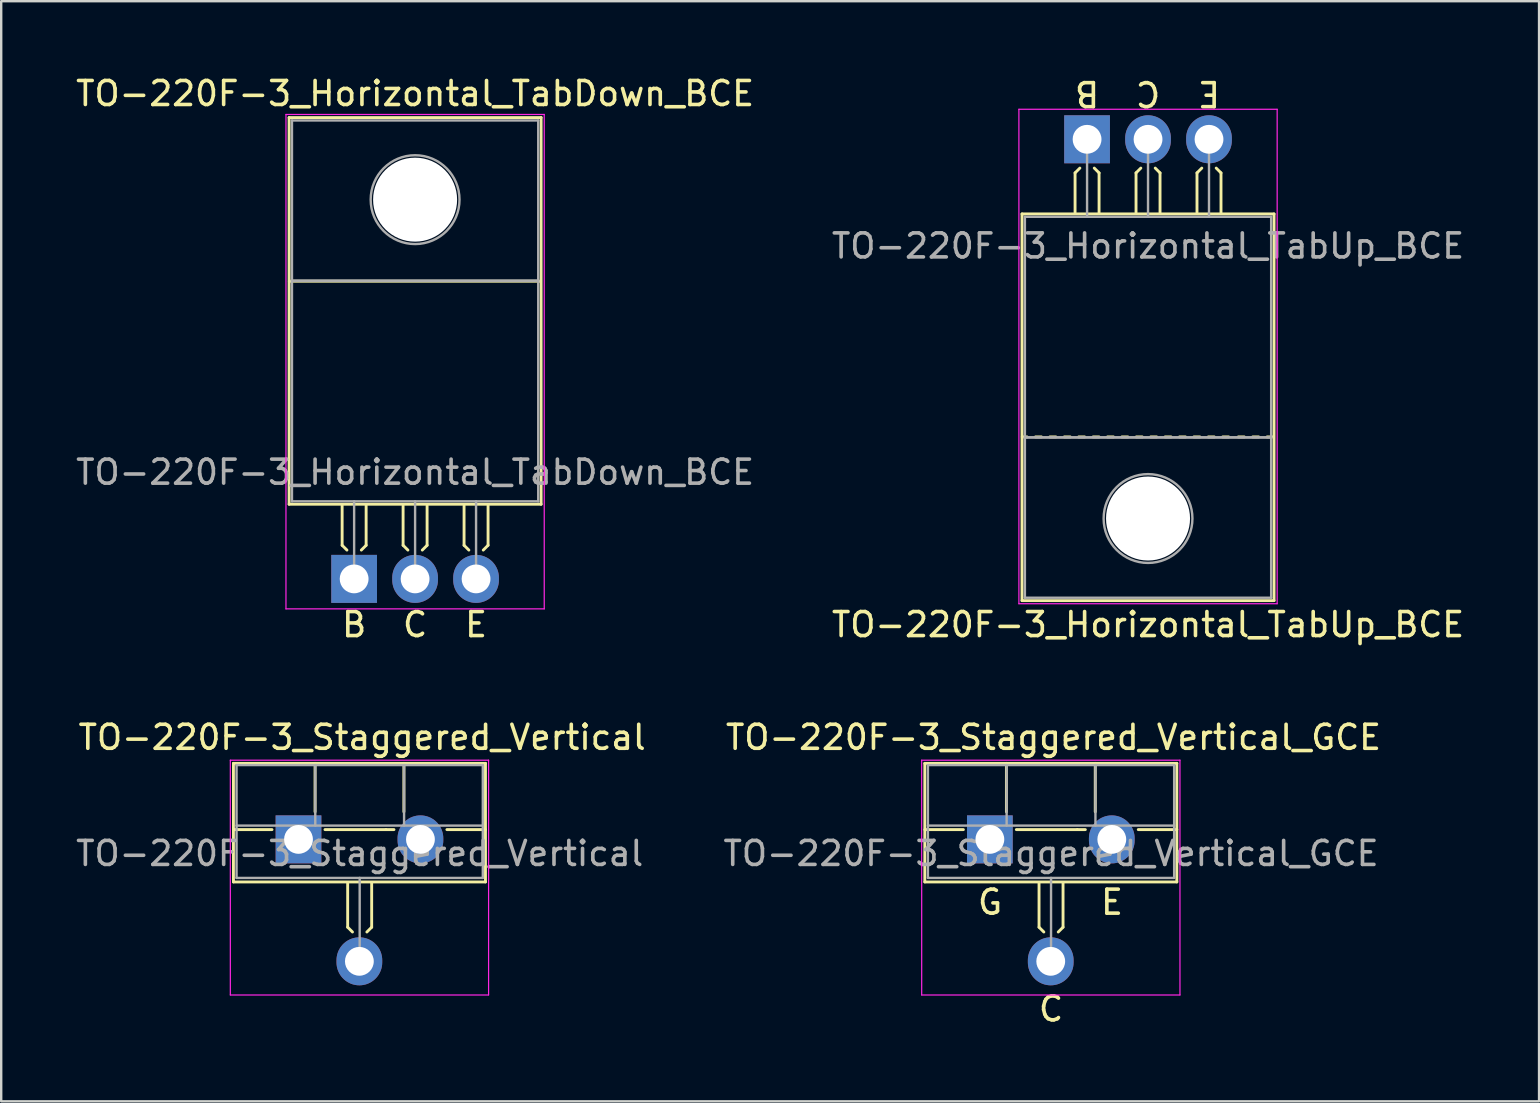
<source format=kicad_pcb>
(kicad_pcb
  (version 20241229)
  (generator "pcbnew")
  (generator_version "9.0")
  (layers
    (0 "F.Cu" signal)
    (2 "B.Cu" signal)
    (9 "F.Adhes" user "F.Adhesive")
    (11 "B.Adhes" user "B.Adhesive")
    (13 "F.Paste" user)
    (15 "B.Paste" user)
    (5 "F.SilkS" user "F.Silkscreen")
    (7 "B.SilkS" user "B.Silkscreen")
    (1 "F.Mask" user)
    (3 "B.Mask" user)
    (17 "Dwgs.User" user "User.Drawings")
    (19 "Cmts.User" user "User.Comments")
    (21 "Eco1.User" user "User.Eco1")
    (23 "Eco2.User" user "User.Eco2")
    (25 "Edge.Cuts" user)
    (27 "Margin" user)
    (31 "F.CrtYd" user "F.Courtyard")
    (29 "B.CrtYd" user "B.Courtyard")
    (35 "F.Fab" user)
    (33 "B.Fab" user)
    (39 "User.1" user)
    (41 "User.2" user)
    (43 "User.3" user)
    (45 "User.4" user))
  (footprint "TO-220F-3_Staggered_Vertical"
    (layer "F.Cu")
    (at 9.395 31.873)
    (property "Reference" "TO-220F-3_Staggered_Vertical" (at 2.642 -4.203 0) (layer "F.SilkS") (effects (font (size 1 1) (thickness 0.15))))
    (attr through_hole)
    (fp_line (start -2.719 -3.12) (end -2.719 1.821) (stroke (width 0.12) (type solid)) (layer "F.SilkS"))
    (fp_line (start -2.719 -3.12) (end 7.781 -3.12) (stroke (width 0.12) (type solid)) (layer "F.SilkS"))
    (fp_line (start -2.719 -0.36) (end -1.112 -0.36) (stroke (width 0.12) (type solid)) (layer "F.SilkS"))
    (fp_line (start -2.719 1.821) (end 7.781 1.821) (stroke (width 0.12) (type solid)) (layer "F.SilkS"))
    (fp_line (start 0.681 -3.12) (end 0.681 -1.102) (stroke (width 0.12) (type solid)) (layer "F.SilkS"))
    (fp_line (start 1.094 -0.36) (end 3.634 -0.36) (stroke (width 0.12) (type solid)) (layer "F.SilkS"))
    (fp_line (start 2.04 1.841) (end 2.04 3.707) (stroke (width 0.12) (type solid)) (layer "F.SilkS"))
    (fp_line (start 2.04 3.707) (end 2.24 3.907) (stroke (width 0.12) (type solid)) (layer "F.SilkS"))
    (fp_line (start 3.04 1.841) (end 3.04 3.707) (stroke (width 0.12) (type solid)) (layer "F.SilkS"))
    (fp_line (start 3.04 3.707) (end 2.84 3.907) (stroke (width 0.12) (type solid)) (layer "F.SilkS"))
    (fp_line (start 3.634 -0.36) (end 3.969 -0.36) (stroke (width 0.12) (type solid)) (layer "F.SilkS"))
    (fp_line (start 4.382 -3.12) (end 4.382 -1.102) (stroke (width 0.12) (type solid)) (layer "F.SilkS"))
    (fp_line (start 6.174 -0.36) (end 7.781 -0.36) (stroke (width 0.12) (type solid)) (layer "F.SilkS"))
    (fp_line (start 7.781 -3.12) (end 7.781 1.821) (stroke (width 0.12) (type solid)) (layer "F.SilkS"))
    (fp_line (start -2.849 -3.252) (end -2.849 6.53) (stroke (width 0.05) (type solid)) (layer "F.CrtYd"))
    (fp_line (start -2.849 6.53) (end 7.911 6.53) (stroke (width 0.05) (type solid)) (layer "F.CrtYd"))
    (fp_line (start 7.911 -3.252) (end -2.849 -3.252) (stroke (width 0.05) (type solid)) (layer "F.CrtYd"))
    (fp_line (start 7.911 6.53) (end 7.911 -3.252) (stroke (width 0.05) (type solid)) (layer "F.CrtYd"))
    (fp_line (start -2.59 -3.047) (end -2.59 1.653) (stroke (width 0.1) (type solid)) (layer "F.Fab"))
    (fp_line (start -2.59 -0.527) (end 7.67 -0.527) (stroke (width 0.1) (type solid)) (layer "F.Fab"))
    (fp_line (start -2.59 1.653) (end 7.67 1.653) (stroke (width 0.1) (type solid)) (layer "F.Fab"))
    (fp_line (start 0.69 -3.047) (end 0.69 -0.527) (stroke (width 0.1) (type solid)) (layer "F.Fab"))
    (fp_line (start 2.54 5.08) (end 2.54 1.653) (stroke (width 0.1) (type solid)) (layer "F.Fab"))
    (fp_line (start 4.39 -3.047) (end 4.39 -0.527) (stroke (width 0.1) (type solid)) (layer "F.Fab"))
    (fp_line (start 7.67 -3.047) (end -2.59 -3.047) (stroke (width 0.1) (type solid)) (layer "F.Fab"))
    (fp_line (start 7.67 1.653) (end 7.67 -3.047) (stroke (width 0.1) (type solid)) (layer "F.Fab"))
    (fp_text user "${REFERENCE}" (at 2.54 0.635 0) (layer "F.Fab") (effects (font (size 1 1) (thickness 0.15))))
    (pad "1" thru_hole rect (at -0.009 0.048) (size 1.905 2) (drill 1.2) (layers "*.Cu" "*.Mask"))
    (pad "2" thru_hole oval (at 2.527 5.128) (size 1.905 2) (drill 1.2) (layers "*.Cu" "*.Mask"))
    (pad "3" thru_hole oval (at 5.071 0.048) (size 1.905 2) (drill 1.2) (layers "*.Cu" "*.Mask")))
  (footprint "TO-220F-3_Staggered_Vertical_GCE"
    (layer "F.Cu")
    (at 38.199 31.873)
    (property "Reference" "TO-220F-3_Staggered_Vertical_GCE" (at 2.642 -4.203 0) (layer "F.SilkS") (effects (font (size 1 1) (thickness 0.15))))
    (fp_line (start -2.719 -3.12) (end -2.719 1.821) (stroke (width 0.12) (type solid)) (layer "F.SilkS"))
    (fp_line (start -2.719 -3.12) (end 7.781 -3.12) (stroke (width 0.12) (type solid)) (layer "F.SilkS"))
    (fp_line (start -2.719 -0.36) (end -1.112 -0.36) (stroke (width 0.12) (type solid)) (layer "F.SilkS"))
    (fp_line (start -2.719 1.821) (end 7.781 1.821) (stroke (width 0.12) (type solid)) (layer "F.SilkS"))
    (fp_line (start 0.681 -3.12) (end 0.681 -1.102) (stroke (width 0.12) (type solid)) (layer "F.SilkS"))
    (fp_line (start 1.094 -0.36) (end 3.634 -0.36) (stroke (width 0.12) (type solid)) (layer "F.SilkS"))
    (fp_line (start 2.04 1.841) (end 2.04 3.707) (stroke (width 0.12) (type solid)) (layer "F.SilkS"))
    (fp_line (start 2.04 3.707) (end 2.24 3.907) (stroke (width 0.12) (type solid)) (layer "F.SilkS"))
    (fp_line (start 3.04 1.841) (end 3.04 3.707) (stroke (width 0.12) (type solid)) (layer "F.SilkS"))
    (fp_line (start 3.04 3.707) (end 2.84 3.907) (stroke (width 0.12) (type solid)) (layer "F.SilkS"))
    (fp_line (start 3.634 -0.36) (end 3.969 -0.36) (stroke (width 0.12) (type solid)) (layer "F.SilkS"))
    (fp_line (start 4.382 -3.12) (end 4.382 -1.102) (stroke (width 0.12) (type solid)) (layer "F.SilkS"))
    (fp_line (start 6.174 -0.36) (end 7.781 -0.36) (stroke (width 0.12) (type solid)) (layer "F.SilkS"))
    (fp_line (start 7.781 -3.12) (end 7.781 1.821) (stroke (width 0.12) (type solid)) (layer "F.SilkS"))
    (fp_line (start -2.849 -3.252) (end -2.849 6.53) (stroke (width 0.05) (type solid)) (layer "F.CrtYd"))
    (fp_line (start -2.849 6.53) (end 7.911 6.53) (stroke (width 0.05) (type solid)) (layer "F.CrtYd"))
    (fp_line (start 7.911 -3.252) (end -2.849 -3.252) (stroke (width 0.05) (type solid)) (layer "F.CrtYd"))
    (fp_line (start 7.911 6.53) (end 7.911 -3.252) (stroke (width 0.05) (type solid)) (layer "F.CrtYd"))
    (fp_line (start -2.59 -3.047) (end -2.59 1.653) (stroke (width 0.1) (type solid)) (layer "F.Fab"))
    (fp_line (start -2.59 -0.527) (end 7.67 -0.527) (stroke (width 0.1) (type solid)) (layer "F.Fab"))
    (fp_line (start -2.59 1.653) (end 7.67 1.653) (stroke (width 0.1) (type solid)) (layer "F.Fab"))
    (fp_line (start 0.69 -3.047) (end 0.69 -0.527) (stroke (width 0.1) (type solid)) (layer "F.Fab"))
    (fp_line (start 2.54 5.08) (end 2.54 1.653) (stroke (width 0.1) (type solid)) (layer "F.Fab"))
    (fp_line (start 4.39 -3.047) (end 4.39 -0.527) (stroke (width 0.1) (type solid)) (layer "F.Fab"))
    (fp_line (start 7.67 -3.047) (end -2.59 -3.047) (stroke (width 0.1) (type solid)) (layer "F.Fab"))
    (fp_line (start 7.67 1.653) (end 7.67 -3.047) (stroke (width 0.1) (type solid)) (layer "F.Fab"))
    (fp_text user "C" (at 2.54 7.112 0) (unlocked yes) (layer "F.SilkS") (effects (font (size 1 1) (thickness 0.15))))
    (fp_text user "G" (at 0 2.667 0) (unlocked yes) (layer "F.SilkS") (effects (font (size 1 1) (thickness 0.15))))
    (fp_text user "E" (at 5.08 2.667 0) (unlocked yes) (layer "F.SilkS") (effects (font (size 1 1) (thickness 0.15))))
    (fp_text user "${REFERENCE}" (at 2.54 0.635 0) (layer "F.Fab") (effects (font (size 1 1) (thickness 0.15))))
    (pad "1" thru_hole rect (at -0.009 0.048) (size 1.905 2) (drill 1.2) (layers "*.Cu" "*.Mask"))
    (pad "2" thru_hole oval (at 2.527 5.128) (size 1.905 2) (drill 1.2) (layers "*.Cu" "*.Mask"))
    (pad "3" thru_hole oval (at 5.071 0.048) (size 1.905 2) (drill 1.2) (layers "*.Cu" "*.Mask")))
  (footprint "TO-220F-3_Horizontal_TabUp_BCE"
    (layer "F.Cu")
    (at 42.24 2.753)
    (property "Reference" "TO-220F-3_Horizontal_TabUp_BCE" (at 2.54 20.22 0) (layer "F.SilkS") (effects (font (size 1 1) (thickness 0.15))))
    (fp_line (start -2.71 19.22) (end -2.71 3.11) (stroke (width 0.12) (type solid)) (layer "F.SilkS"))
    (fp_line (start -2.5 12.4) (end -2.7 12.4) (stroke (width 0.12) (type solid)) (layer "F.SilkS"))
    (fp_line (start -1.9 12.4) (end -2.15 12.4) (stroke (width 0.12) (type solid)) (layer "F.SilkS"))
    (fp_line (start -1.3 12.4) (end -1.55 12.4) (stroke (width 0.12) (type solid)) (layer "F.SilkS"))
    (fp_line (start -0.7 12.4) (end -0.95 12.4) (stroke (width 0.12) (type solid)) (layer "F.SilkS"))
    (fp_line (start -0.5 1.4) (end -0.3 1.2) (stroke (width 0.12) (type solid)) (layer "F.SilkS"))
    (fp_line (start -0.5 3.048) (end -0.5 1.4) (stroke (width 0.12) (type solid)) (layer "F.SilkS"))
    (fp_line (start -0.1 12.4) (end -0.35 12.4) (stroke (width 0.12) (type solid)) (layer "F.SilkS"))
    (fp_line (start 0.5 1.4) (end 0.3 1.2) (stroke (width 0.12) (type solid)) (layer "F.SilkS"))
    (fp_line (start 0.5 3.048) (end 0.5 1.4) (stroke (width 0.12) (type solid)) (layer "F.SilkS"))
    (fp_line (start 0.5 12.4) (end 0.25 12.4) (stroke (width 0.12) (type solid)) (layer "F.SilkS"))
    (fp_line (start 1.1 12.4) (end 0.85 12.4) (stroke (width 0.12) (type solid)) (layer "F.SilkS"))
    (fp_line (start 1.7 12.4) (end 1.45 12.4) (stroke (width 0.12) (type solid)) (layer "F.SilkS"))
    (fp_line (start 2.04 1.4) (end 2.24 1.2) (stroke (width 0.12) (type solid)) (layer "F.SilkS"))
    (fp_line (start 2.04 3.048) (end 2.04 1.4) (stroke (width 0.12) (type solid)) (layer "F.SilkS"))
    (fp_line (start 2.3 12.4) (end 2.05 12.4) (stroke (width 0.12) (type solid)) (layer "F.SilkS"))
    (fp_line (start 2.9 12.4) (end 2.65 12.4) (stroke (width 0.12) (type solid)) (layer "F.SilkS"))
    (fp_line (start 3.04 1.4) (end 2.84 1.2) (stroke (width 0.12) (type solid)) (layer "F.SilkS"))
    (fp_line (start 3.04 3.048) (end 3.04 1.4) (stroke (width 0.12) (type solid)) (layer "F.SilkS"))
    (fp_line (start 3.5 12.4) (end 3.25 12.4) (stroke (width 0.12) (type solid)) (layer "F.SilkS"))
    (fp_line (start 4.1 12.4) (end 3.85 12.4) (stroke (width 0.12) (type solid)) (layer "F.SilkS"))
    (fp_line (start 4.58 1.4) (end 4.78 1.2) (stroke (width 0.12) (type solid)) (layer "F.SilkS"))
    (fp_line (start 4.58 3.048) (end 4.58 1.4) (stroke (width 0.12) (type solid)) (layer "F.SilkS"))
    (fp_line (start 4.7 12.4) (end 4.45 12.4) (stroke (width 0.12) (type solid)) (layer "F.SilkS"))
    (fp_line (start 5.3 12.4) (end 5.05 12.4) (stroke (width 0.12) (type solid)) (layer "F.SilkS"))
    (fp_line (start 5.58 1.4) (end 5.38 1.2) (stroke (width 0.12) (type solid)) (layer "F.SilkS"))
    (fp_line (start 5.58 3.048) (end 5.58 1.4) (stroke (width 0.12) (type solid)) (layer "F.SilkS"))
    (fp_line (start 5.9 12.4) (end 5.65 12.4) (stroke (width 0.12) (type solid)) (layer "F.SilkS"))
    (fp_line (start 6.55 12.4) (end 6.3 12.4) (stroke (width 0.12) (type solid)) (layer "F.SilkS"))
    (fp_line (start 7.15 12.4) (end 6.9 12.4) (stroke (width 0.12) (type solid)) (layer "F.SilkS"))
    (fp_line (start 7.75 12.4) (end 7.5 12.4) (stroke (width 0.12) (type solid)) (layer "F.SilkS"))
    (fp_line (start 7.79 3.11) (end -2.71 3.11) (stroke (width 0.12) (type solid)) (layer "F.SilkS"))
    (fp_line (start 7.79 19.22) (end -2.71 19.22) (stroke (width 0.12) (type solid)) (layer "F.SilkS"))
    (fp_line (start 7.79 19.22) (end 7.79 3.11) (stroke (width 0.12) (type solid)) (layer "F.SilkS"))
    (fp_line (start -2.84 -1.25) (end -2.84 19.35) (stroke (width 0.05) (type solid)) (layer "F.CrtYd"))
    (fp_line (start -2.84 19.35) (end 7.92 19.35) (stroke (width 0.05) (type solid)) (layer "F.CrtYd"))
    (fp_line (start 7.92 -1.25) (end -2.84 -1.25) (stroke (width 0.05) (type solid)) (layer "F.CrtYd"))
    (fp_line (start 7.92 19.35) (end 7.92 -1.25) (stroke (width 0.05) (type solid)) (layer "F.CrtYd"))
    (fp_line (start -2.59 3.23) (end -2.59 12.42) (stroke (width 0.1) (type solid)) (layer "F.Fab"))
    (fp_line (start -2.59 12.42) (end -2.59 19.1) (stroke (width 0.1) (type solid)) (layer "F.Fab"))
    (fp_line (start -2.59 12.42) (end 7.67 12.42) (stroke (width 0.1) (type solid)) (layer "F.Fab"))
    (fp_line (start -2.59 19.1) (end 7.67 19.1) (stroke (width 0.1) (type solid)) (layer "F.Fab"))
    (fp_line (start 0 3.23) (end 0 0) (stroke (width 0.1) (type solid)) (layer "F.Fab"))
    (fp_line (start 2.54 3.23) (end 2.54 0) (stroke (width 0.1) (type solid)) (layer "F.Fab"))
    (fp_line (start 5.08 3.23) (end 5.08 0) (stroke (width 0.1) (type solid)) (layer "F.Fab"))
    (fp_line (start 7.67 3.23) (end -2.59 3.23) (stroke (width 0.1) (type solid)) (layer "F.Fab"))
    (fp_line (start 7.67 12.42) (end -2.59 12.42) (stroke (width 0.1) (type solid)) (layer "F.Fab"))
    (fp_line (start 7.67 12.42) (end 7.67 3.23) (stroke (width 0.1) (type solid)) (layer "F.Fab"))
    (fp_line (start 7.67 19.1) (end 7.67 12.42) (stroke (width 0.1) (type solid)) (layer "F.Fab"))
    (fp_circle (center 2.54 15.8) (end 4.39 15.8) (stroke (width 0.1) (type solid)) (fill no) (layer "F.Fab"))
    (fp_text user "B" (at 0 -1.905 180) (unlocked yes) (layer "F.SilkS") (effects (font (size 1 1) (thickness 0.15))))
    (fp_text user "E" (at 5.08 -1.905 180) (unlocked yes) (layer "F.SilkS") (effects (font (size 1 1) (thickness 0.15))))
    (fp_text user "C" (at 2.54 -1.905 180) (unlocked yes) (layer "F.SilkS") (effects (font (size 1 1) (thickness 0.15))))
    (fp_text user "${REFERENCE}" (at 2.54 4.445 0) (layer "F.Fab") (effects (font (size 1 1) (thickness 0.15))))
    (pad "" np_thru_hole oval (at 2.54 15.8) (size 3.5 3.5) (drill 3.5) (layers "*.Cu" "*.Mask"))
    (pad "1" thru_hole rect (at 0 0) (size 1.905 2) (drill 1.2) (layers "*.Cu" "*.Mask"))
    (pad "2" thru_hole oval (at 2.54 0) (size 1.905 2) (drill 1.2) (layers "*.Cu" "*.Mask"))
    (pad "3" thru_hole oval (at 5.08 0) (size 1.905 2) (drill 1.2) (layers "*.Cu" "*.Mask")))
  (footprint "TO-220F-3_Horizontal_TabDown_BCE"
    (layer "F.Cu")
    (at 11.704 21.068)
    (property "Reference" "TO-220F-3_Horizontal_TabDown_BCE" (at 2.54 -20.22 0) (layer "F.SilkS") (effects (font (size 1 1) (thickness 0.15))))
    (fp_line (start -2.71 -19.22) (end -2.71 -3.11) (stroke (width 0.12) (type solid)) (layer "F.SilkS"))
    (fp_line (start -2.71 -19.22) (end 7.79 -19.22) (stroke (width 0.12) (type solid)) (layer "F.SilkS"))
    (fp_line (start -2.71 -3.11) (end 7.79 -3.11) (stroke (width 0.12) (type solid)) (layer "F.SilkS"))
    (fp_line (start -2.7 -12.4) (end 7.75 -12.4) (stroke (width 0.12) (type solid)) (layer "F.SilkS"))
    (fp_line (start -0.5 -3.048) (end -0.5 -1.4) (stroke (width 0.12) (type solid)) (layer "F.SilkS"))
    (fp_line (start -0.5 -1.4) (end -0.3 -1.2) (stroke (width 0.12) (type solid)) (layer "F.SilkS"))
    (fp_line (start 0.5 -3.048) (end 0.5 -1.4) (stroke (width 0.12) (type solid)) (layer "F.SilkS"))
    (fp_line (start 0.5 -1.4) (end 0.3 -1.2) (stroke (width 0.12) (type solid)) (layer "F.SilkS"))
    (fp_line (start 2.04 -3.048) (end 2.04 -1.4) (stroke (width 0.12) (type solid)) (layer "F.SilkS"))
    (fp_line (start 2.04 -1.4) (end 2.24 -1.2) (stroke (width 0.12) (type solid)) (layer "F.SilkS"))
    (fp_line (start 3.04 -3.048) (end 3.04 -1.4) (stroke (width 0.12) (type solid)) (layer "F.SilkS"))
    (fp_line (start 3.04 -1.4) (end 2.84 -1.2) (stroke (width 0.12) (type solid)) (layer "F.SilkS"))
    (fp_line (start 4.58 -3.048) (end 4.58 -1.4) (stroke (width 0.12) (type solid)) (layer "F.SilkS"))
    (fp_line (start 4.58 -1.4) (end 4.78 -1.2) (stroke (width 0.12) (type solid)) (layer "F.SilkS"))
    (fp_line (start 5.58 -3.048) (end 5.58 -1.4) (stroke (width 0.12) (type solid)) (layer "F.SilkS"))
    (fp_line (start 5.58 -1.4) (end 5.38 -1.2) (stroke (width 0.12) (type solid)) (layer "F.SilkS"))
    (fp_line (start 7.79 -19.22) (end 7.79 -3.11) (stroke (width 0.12) (type solid)) (layer "F.SilkS"))
    (fp_line (start -2.84 -19.35) (end -2.84 1.25) (stroke (width 0.05) (type solid)) (layer "F.CrtYd"))
    (fp_line (start -2.84 1.25) (end 7.92 1.25) (stroke (width 0.05) (type solid)) (layer "F.CrtYd"))
    (fp_line (start 7.92 -19.35) (end -2.84 -19.35) (stroke (width 0.05) (type solid)) (layer "F.CrtYd"))
    (fp_line (start 7.92 1.25) (end 7.92 -19.35) (stroke (width 0.05) (type solid)) (layer "F.CrtYd"))
    (fp_line (start -2.59 -19.1) (end 7.67 -19.1) (stroke (width 0.1) (type solid)) (layer "F.Fab"))
    (fp_line (start -2.59 -12.42) (end -2.59 -19.1) (stroke (width 0.1) (type solid)) (layer "F.Fab"))
    (fp_line (start -2.59 -12.42) (end 7.67 -12.42) (stroke (width 0.1) (type solid)) (layer "F.Fab"))
    (fp_line (start -2.59 -3.23) (end -2.59 -12.42) (stroke (width 0.1) (type solid)) (layer "F.Fab"))
    (fp_line (start 0 -3.23) (end 0 0) (stroke (width 0.1) (type solid)) (layer "F.Fab"))
    (fp_line (start 2.54 -3.23) (end 2.54 0) (stroke (width 0.1) (type solid)) (layer "F.Fab"))
    (fp_line (start 5.08 -3.23) (end 5.08 0) (stroke (width 0.1) (type solid)) (layer "F.Fab"))
    (fp_line (start 7.67 -19.1) (end 7.67 -12.42) (stroke (width 0.1) (type solid)) (layer "F.Fab"))
    (fp_line (start 7.67 -12.42) (end -2.59 -12.42) (stroke (width 0.1) (type solid)) (layer "F.Fab"))
    (fp_line (start 7.67 -12.42) (end 7.67 -3.23) (stroke (width 0.1) (type solid)) (layer "F.Fab"))
    (fp_line (start 7.67 -3.23) (end -2.59 -3.23) (stroke (width 0.1) (type solid)) (layer "F.Fab"))
    (fp_circle (center 2.54 -15.8) (end 4.39 -15.8) (stroke (width 0.1) (type solid)) (fill no) (layer "F.Fab"))
    (fp_text user "C" (at 2.54 1.905 0) (unlocked yes) (layer "F.SilkS") (effects (font (size 1 1) (thickness 0.15))))
    (fp_text user "E" (at 5.08 1.905 0) (unlocked yes) (layer "F.SilkS") (effects (font (size 1 1) (thickness 0.15))))
    (fp_text user "B" (at 0 1.905 0) (unlocked yes) (layer "F.SilkS") (effects (font (size 1 1) (thickness 0.15))))
    (fp_text user "${REFERENCE}" (at 2.54 -4.445 0) (layer "F.Fab") (effects (font (size 1 1) (thickness 0.15))))
    (pad "" np_thru_hole oval (at 2.54 -15.8) (size 3.5 3.5) (drill 3.5) (layers "*.Cu" "*.Mask"))
    (pad "1" thru_hole rect (at 0 0) (size 1.905 2) (drill 1.2) (layers "*.Cu" "*.Mask"))
    (pad "2" thru_hole oval (at 2.54 0) (size 1.905 2) (drill 1.2) (layers "*.Cu" "*.Mask"))
    (pad "3" thru_hole oval (at 5.08 0) (size 1.905 2) (drill 1.2) (layers "*.Cu" "*.Mask")))
  (gr_rect
    (start -3 -3)
    (end 61.071 42.833)
    (stroke (width 0.1) (type default))
    (fill no)
    (layer "Edge.Cuts")))
</source>
